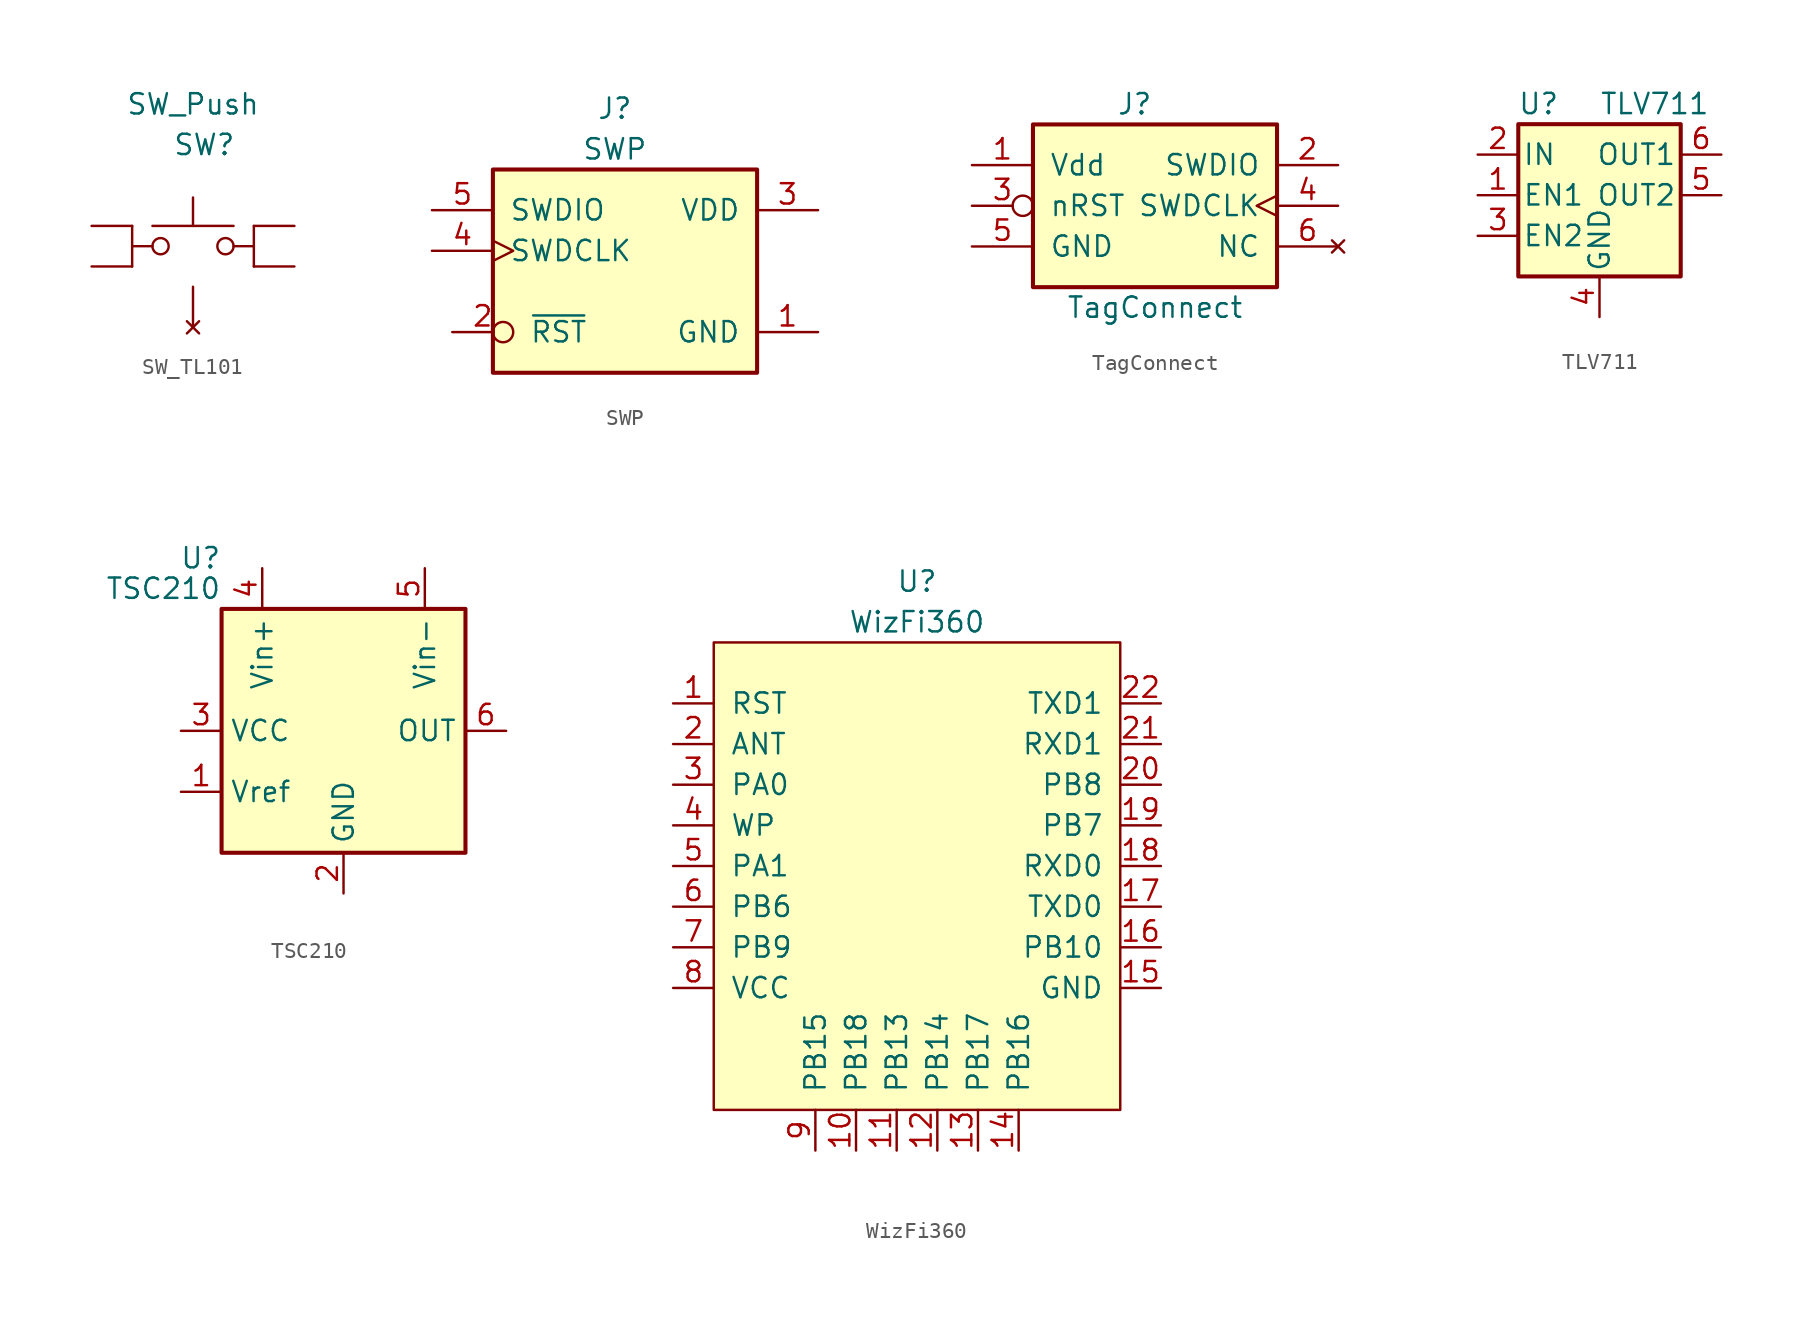
<source format=kicad_sym>
(kicad_symbol_lib
  (version 20220914)
  (generator kicad_symbol_editor)
  (symbol "SW_TL101"
    (pin_numbers hide)
    (pin_names
      (offset 1.016) hide)
    (property "Reference" "SW"
      (at -1.27 6.35 0)
      (effects (font (size 1.27 1.27)) (justify left)))
    (property "Value" "SW_Push"
      (at 0 8.89 0)
      (effects (font (size 1.27 1.27))))
    (symbol "SW_TL101_0_1"
      (circle (center -2.032 0) (radius 0.508) (stroke (width 0) (type default)) (fill (type none)))
      (polyline (pts (xy -3.81 1.27) (xy -3.81 0)) (stroke (width 0) (type default)) (fill (type none)))
      (polyline (pts (xy 0 1.27) (xy 0 3.048)) (stroke (width 0) (type default)) (fill (type none)))
      (polyline (pts (xy 2.54 1.27) (xy -2.54 1.27)) (stroke (width 0) (type default)) (fill (type none)))
      (polyline (pts (xy 3.81 -1.27) (xy 3.81 0)) (stroke (width 0) (type default)) (fill (type none)))
      (polyline (pts (xy -2.54 0) (xy -3.81 0) (xy -3.81 -1.27)) (stroke (width 0) (type default)) (fill (type none)))
      (polyline (pts (xy 3.81 1.27) (xy 3.81 0) (xy 2.54 0)) (stroke (width 0) (type default)) (fill (type none)))
      (circle (center 2.032 0) (radius 0.508) (stroke (width 0) (type default)) (fill (type none)))
      (pin passive line (at -6.35 1.27 0) (length 2.54) (name "1" (effects (font (size 1.27 1.27)))) (number "1" (effects (font (size 1.27 1.27)))))
      (pin passive line (at -6.35 -1.27 0) (length 2.54) (name "2" (effects (font (size 1.27 1.27)))) (number "2" (effects (font (size 1.27 1.27)))))
      (pin passive line (at 6.35 -1.27 180) (length 2.54) (name "3" (effects (font (size 1.27 1.27)))) (number "3" (effects (font (size 1.27 1.27)))))
      (pin passive line (at 6.35 1.27 180) (length 2.54) (name "4" (effects (font (size 1.27 1.27)))) (number "4" (effects (font (size 1.27 1.27)))))
      (pin no_connect line (at 0 -5.08 90) (length 2.54) (name "5" (effects (font (size 1.27 1.27)))) (number "5" (effects (font (size 1.27 1.27)))))))
  (symbol "SWP"
    (pin_names
      (offset 1.016))
    (property "Reference" "J"
      (at 0 8.89 0)
      (effects (font (size 1.27 1.27))))
    (property "Value" "SWP"
      (at 0 6.35 0)
      (effects (font (size 1.27 1.27))))
    (symbol "SWP_1_1"
      (rectangle (start -7.62 5.08) (end 8.89 -7.62) (stroke (width 0.254) (type default)) (fill (type background)))
      (pin output line (at 12.7 -5.08 180) (length 3.81) (name "GND" (effects (font (size 1.27 1.27)))) (number "1" (effects (font (size 1.27 1.27)))))
      (pin input inverted (at -10.16 -5.08 0) (length 3.81) (name "~{RST}" (effects (font (size 1.27 1.27)))) (number "2" (effects (font (size 1.27 1.27)))))
      (pin output line (at 12.7 2.54 180) (length 3.81) (name "VDD" (effects (font (size 1.27 1.27)))) (number "3" (effects (font (size 1.27 1.27)))))
      (pin input clock (at -11.43 0 0) (length 3.81) (name "SWDCLK" (effects (font (size 1.27 1.27)))) (number "4" (effects (font (size 1.27 1.27)))))
      (pin bidirectional line (at -11.43 2.54 0) (length 3.81) (name "SWDIO" (effects (font (size 1.27 1.27)))) (number "5" (effects (font (size 1.27 1.27)))))))
  (symbol "TagConnect"
    (pin_names
      (offset 1.016))
    (property "Reference" "J"
      (at 0 6.35 0)
      (effects (font (size 1.27 1.27))))
    (property "Value" "TagConnect"
      (at 1.27 -6.35 0)
      (effects (font (size 1.27 1.27))))
    (symbol "TagConnect_1_1"
      (rectangle (start -6.35 5.08) (end 8.89 -5.08) (stroke (width 0.254) (type default)) (fill (type background)))
      (pin output line (at -10.16 2.54 0) (length 3.81) (name "Vdd" (effects (font (size 1.27 1.27)))) (number "1" (effects (font (size 1.27 1.27)))))
      (pin bidirectional line (at 12.7 2.54 180) (length 3.81) (name "SWDIO" (effects (font (size 1.27 1.27)))) (number "2" (effects (font (size 1.27 1.27)))))
      (pin input inverted (at -10.16 0 0) (length 3.81) (name "nRST" (effects (font (size 1.27 1.27)))) (number "3" (effects (font (size 1.27 1.27)))))
      (pin input clock (at 12.7 0 180) (length 3.81) (name "SWDCLK" (effects (font (size 1.27 1.27)))) (number "4" (effects (font (size 1.27 1.27)))))
      (pin output line (at -10.16 -2.54 0) (length 3.81) (name "GND" (effects (font (size 1.27 1.27)))) (number "5" (effects (font (size 1.27 1.27)))))
      (pin no_connect line (at 12.7 -2.54 180) (length 3.81) (name "NC" (effects (font (size 1.27 1.27)))) (number "6" (effects (font (size 1.27 1.27)))))))
  (symbol "TLV711"
    (pin_names
      (offset 0.254))
    (property "Reference" "U"
      (at -3.81 5.715 0)
      (effects (font (size 1.27 1.27))))
    (property "Value" "TLV711"
      (at 0 5.715 0)
      (effects (font (size 1.27 1.27)) (justify left)))
    (symbol "TLV711_0_0"
      (pin power_out line (at 7.62 2.54 180) (length 2.54) (name "OUT1" (effects (font (size 1.27 1.27)))) (number "6" (effects (font (size 1.27 1.27))))))
    (symbol "TLV711_0_1"
      (rectangle (start -5.08 4.445) (end 5.08 -5.08) (stroke (width 0.254) (type default)) (fill (type background))))
    (symbol "TLV711_1_1"
      (pin input line (at -7.62 0 0) (length 2.54) (name "EN1" (effects (font (size 1.27 1.27)))) (number "1" (effects (font (size 1.27 1.27)))))
      (pin power_in line (at -7.62 2.54 0) (length 2.54) (name "IN" (effects (font (size 1.27 1.27)))) (number "2" (effects (font (size 1.27 1.27)))))
      (pin input line (at -7.62 -2.54 0) (length 2.54) (name "EN2" (effects (font (size 1.27 1.27)))) (number "3" (effects (font (size 1.27 1.27)))))
      (pin power_in line (at 0 -7.62 90) (length 2.54) (name "GND" (effects (font (size 1.27 1.27)))) (number "4" (effects (font (size 1.27 1.27)))))
      (pin power_out line (at 7.62 0 180) (length 2.54) (name "OUT2" (effects (font (size 1.27 1.27)))) (number "5" (effects (font (size 1.27 1.27)))))))
  (symbol "TSC210"
    (property "Reference" "U"
      (at -7.62 10.795 0)
      (effects (font (size 1.27 1.27)) (justify right)))
    (property "Value" "TSC210"
      (at -7.62 8.89 0)
      (effects (font (size 1.27 1.27)) (justify right)))
    (symbol "TSC210_0_1"
      (rectangle (start -7.62 7.62) (end 7.62 -7.62) (stroke (width 0.254) (type default)) (fill (type background))))
    (symbol "TSC210_1_0"
      (pin input line (at -10.16 -3.81 0) (length 2.54) (name "Vref" (effects (font (size 1.27 1.27)))) (number "1" (effects (font (size 1.27 1.27))))))
    (symbol "TSC210_1_1"
      (pin power_in line (at 0 -10.16 90) (length 2.54) (name "GND" (effects (font (size 1.27 1.27)))) (number "2" (effects (font (size 1.27 1.27)))))
      (pin power_in line (at -10.16 0 0) (length 2.54) (name "VCC" (effects (font (size 1.27 1.27)))) (number "3" (effects (font (size 1.27 1.27)))))
      (pin input line (at -5.08 10.16 270) (length 2.54) (name "Vin+" (effects (font (size 1.27 1.27)))) (number "4" (effects (font (size 1.27 1.27)))))
      (pin input line (at 5.08 10.16 270) (length 2.54) (name "Vin-" (effects (font (size 1.27 1.27)))) (number "5" (effects (font (size 1.27 1.27)))))
      (pin output line (at 10.16 0 180) (length 2.54) (name "OUT" (effects (font (size 1.27 1.27)))) (number "6" (effects (font (size 1.27 1.27)))))))
  (symbol "WizFi360"
    (pin_names
      (offset 1.016))
    (property "Reference" "U"
      (at 0 17.78 0)
      (effects (font (size 1.27 1.27))))
    (property "Value" "WizFi360"
      (at 0 15.24 0)
      (effects (font (size 1.27 1.27))))
    (symbol "WizFi360_0_0"
      (pin input line (at -15.24 10.16 0) (length 2.54) (name "RST" (effects (font (size 1.27 1.27)))) (number "1" (effects (font (size 1.27 1.27)))))
      (pin bidirectional line (at -3.81 -17.78 90) (length 2.54) (name "PB18" (effects (font (size 1.27 1.27)))) (number "10" (effects (font (size 1.27 1.27)))))
      (pin bidirectional line (at -1.27 -17.78 90) (length 2.54) (name "PB13" (effects (font (size 1.27 1.27)))) (number "11" (effects (font (size 1.27 1.27)))))
      (pin bidirectional line (at 1.27 -17.78 90) (length 2.54) (name "PB14" (effects (font (size 1.27 1.27)))) (number "12" (effects (font (size 1.27 1.27)))))
      (pin bidirectional line (at 3.81 -17.78 90) (length 2.54) (name "PB17" (effects (font (size 1.27 1.27)))) (number "13" (effects (font (size 1.27 1.27)))))
      (pin bidirectional line (at 6.35 -17.78 90) (length 2.54) (name "PB16" (effects (font (size 1.27 1.27)))) (number "14" (effects (font (size 1.27 1.27)))))
      (pin power_in line (at 15.24 -7.62 180) (length 2.54) (name "GND" (effects (font (size 1.27 1.27)))) (number "15" (effects (font (size 1.27 1.27)))))
      (pin input line (at 15.24 -5.08 180) (length 2.54) (name "PB10" (effects (font (size 1.27 1.27)))) (number "16" (effects (font (size 1.27 1.27)))))
      (pin output line (at 15.24 -2.54 180) (length 2.54) (name "TXD0" (effects (font (size 1.27 1.27)))) (number "17" (effects (font (size 1.27 1.27)))))
      (pin input line (at 15.24 0 180) (length 2.54) (name "RXD0" (effects (font (size 1.27 1.27)))) (number "18" (effects (font (size 1.27 1.27)))))
      (pin output line (at 15.24 2.54 180) (length 2.54) (name "PB7" (effects (font (size 1.27 1.27)))) (number "19" (effects (font (size 1.27 1.27)))))
      (pin output line (at -15.24 7.62 0) (length 2.54) (name "ANT" (effects (font (size 1.27 1.27)))) (number "2" (effects (font (size 1.27 1.27)))))
      (pin bidirectional line (at 15.24 5.08 180) (length 2.54) (name "PB8" (effects (font (size 1.27 1.27)))) (number "20" (effects (font (size 1.27 1.27)))))
      (pin output line (at 15.24 7.62 180) (length 2.54) (name "RXD1" (effects (font (size 1.27 1.27)))) (number "21" (effects (font (size 1.27 1.27)))))
      (pin output line (at 15.24 10.16 180) (length 2.54) (name "TXD1" (effects (font (size 1.27 1.27)))) (number "22" (effects (font (size 1.27 1.27)))))
      (pin bidirectional line (at -15.24 5.08 0) (length 2.54) (name "PA0" (effects (font (size 1.27 1.27)))) (number "3" (effects (font (size 1.27 1.27)))))
      (pin input line (at -15.24 2.54 0) (length 2.54) (name "WP" (effects (font (size 1.27 1.27)))) (number "4" (effects (font (size 1.27 1.27)))))
      (pin input line (at -15.24 0 0) (length 2.54) (name "PA1" (effects (font (size 1.27 1.27)))) (number "5" (effects (font (size 1.27 1.27)))))
      (pin bidirectional line (at -15.24 -2.54 0) (length 2.54) (name "PB6" (effects (font (size 1.27 1.27)))) (number "6" (effects (font (size 1.27 1.27)))))
      (pin output line (at -15.24 -5.08 0) (length 2.54) (name "PB9" (effects (font (size 1.27 1.27)))) (number "7" (effects (font (size 1.27 1.27)))))
      (pin power_in line (at -15.24 -7.62 0) (length 2.54) (name "VCC" (effects (font (size 1.27 1.27)))) (number "8" (effects (font (size 1.27 1.27)))))
      (pin bidirectional line (at -6.35 -17.78 90) (length 2.54) (name "PB15" (effects (font (size 1.27 1.27)))) (number "9" (effects (font (size 1.27 1.27))))))
    (symbol "WizFi360_0_1"
      (rectangle (start -12.7 13.97) (end 12.7 -15.24) (stroke (width 0) (type default)) (fill (type background))))))
</source>
